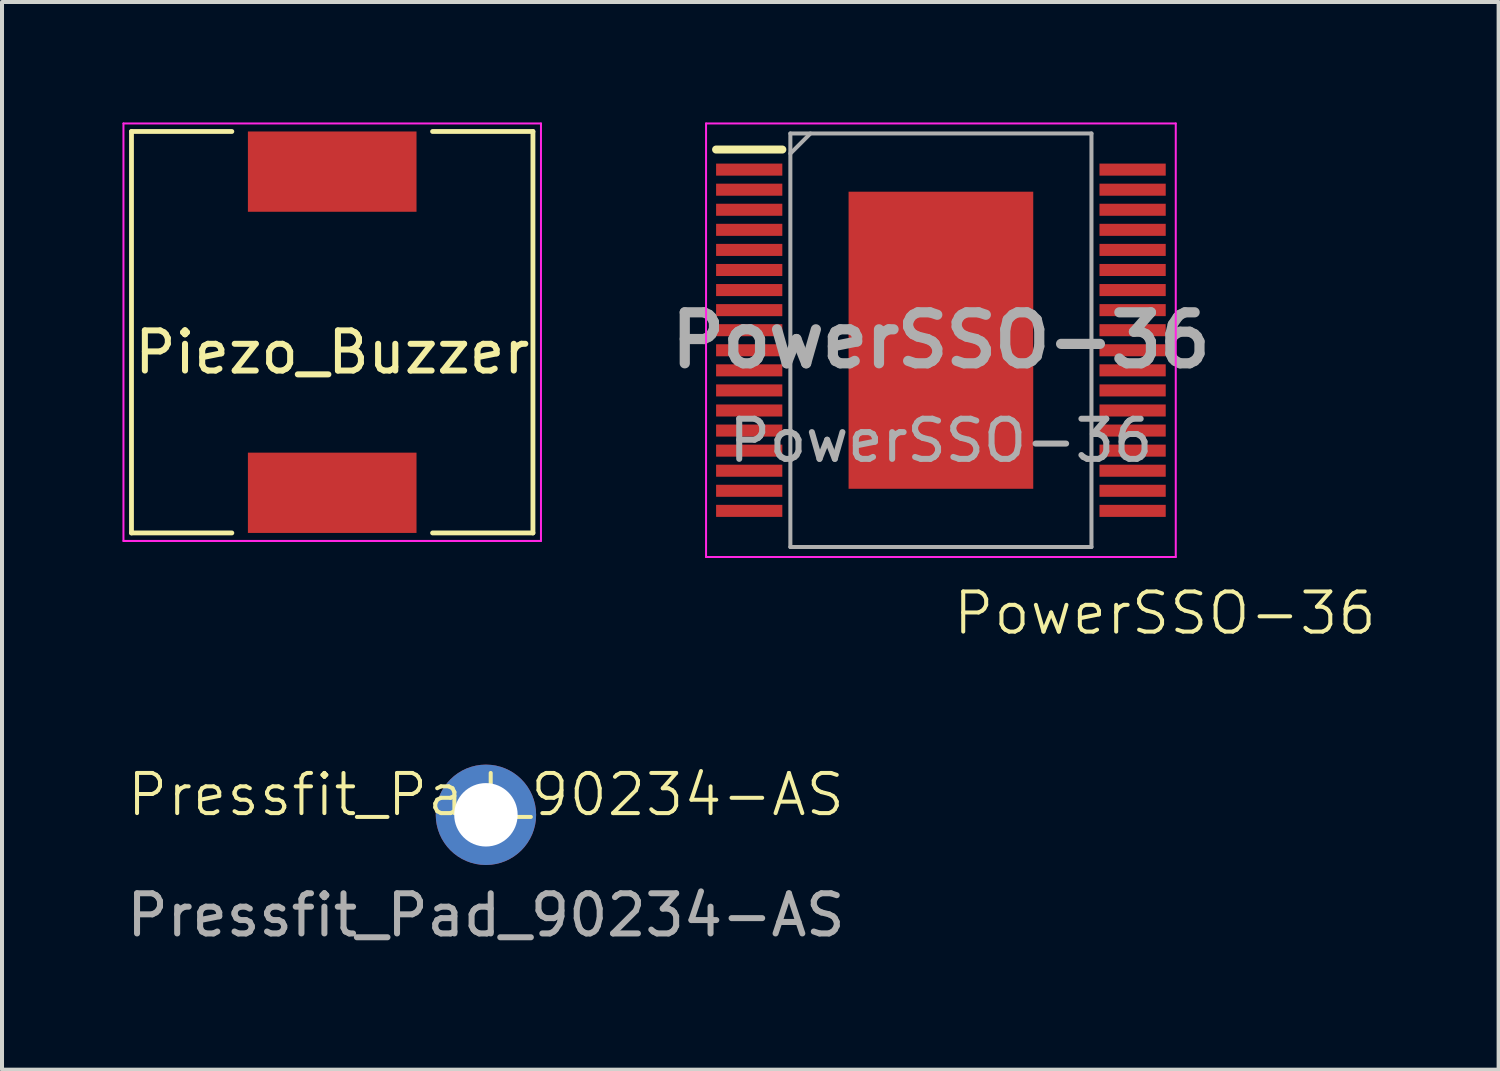
<source format=kicad_pcb>
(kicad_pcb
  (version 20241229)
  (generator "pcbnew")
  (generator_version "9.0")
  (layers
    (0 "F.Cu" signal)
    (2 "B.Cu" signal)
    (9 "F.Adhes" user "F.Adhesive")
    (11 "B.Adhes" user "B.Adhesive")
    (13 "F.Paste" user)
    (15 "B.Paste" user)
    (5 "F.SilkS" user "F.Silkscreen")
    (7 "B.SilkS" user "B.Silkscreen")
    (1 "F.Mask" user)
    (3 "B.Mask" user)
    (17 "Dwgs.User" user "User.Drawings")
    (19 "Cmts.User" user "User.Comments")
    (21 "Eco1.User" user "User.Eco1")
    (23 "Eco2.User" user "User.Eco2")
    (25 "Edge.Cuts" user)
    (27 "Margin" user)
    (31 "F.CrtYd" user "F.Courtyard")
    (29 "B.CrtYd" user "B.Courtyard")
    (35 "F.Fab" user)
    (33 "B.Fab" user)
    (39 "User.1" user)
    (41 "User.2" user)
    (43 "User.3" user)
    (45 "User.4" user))
  (footprint "Piezo_Buzzer"
    (layer "F.Cu")
    (at 5.225 5.225)
    (property "Reference" "Piezo_Buzzer" (at 0 0.5 0) (layer "F.SilkS") (effects (font (size 1 1) (thickness 0.15))))
    (attr through_hole)
    (fp_line (start -5 5) (end -5 -5) (stroke (width 0.12) (type solid)) (layer "F.SilkS"))
    (fp_line (start -2.5 -5) (end -5 -5) (stroke (width 0.12) (type solid)) (layer "F.SilkS"))
    (fp_line (start -2.5 5) (end -5 5) (stroke (width 0.12) (type solid)) (layer "F.SilkS"))
    (fp_line (start 2.5 -5) (end 5 -5) (stroke (width 0.12) (type solid)) (layer "F.SilkS"))
    (fp_line (start 5 -5) (end 5 5) (stroke (width 0.12) (type solid)) (layer "F.SilkS"))
    (fp_line (start 5 5) (end 2.5 5) (stroke (width 0.12) (type solid)) (layer "F.SilkS"))
    (fp_line (start -5.2 -5.2) (end 5.2 -5.2) (stroke (width 0.05) (type solid)) (layer "F.CrtYd"))
    (fp_line (start -5.2 5.2) (end -5.2 -5.2) (stroke (width 0.05) (type solid)) (layer "F.CrtYd"))
    (fp_line (start 5.2 -5.2) (end 5.2 5.2) (stroke (width 0.05) (type solid)) (layer "F.CrtYd"))
    (fp_line (start 5.2 5.2) (end -5.2 5.2) (stroke (width 0.05) (type solid)) (layer "F.CrtYd"))
    (pad "1" smd rect (at 0 -4) (size 4.2 2) (layers "F.Cu" "F.Mask" "F.Paste"))
    (pad "2" smd rect (at 0 4) (size 4.2 2) (layers "F.Cu" "F.Mask" "F.Paste")))
  (footprint "Pressfit_Pad_90234-AS"
    (layer "F.Cu")
    (at 9.054 17.246)
    (property "Reference" "Pressfit_Pad_90234-AS" (at 0 -0.5 0) (unlocked yes) (layer "F.SilkS") (effects (font (size 1 1) (thickness 0.1))))
    (attr through_hole)
    (fp_text user "${REFERENCE}" (at 0 2.5 0) (unlocked yes) (layer "F.Fab") (effects (font (size 1 1) (thickness 0.15))))
    (pad "1" thru_hole circle (at 0 0) (size 2.5 2.5) (drill 1.58) (layers "*.Cu" "*.Mask")))
  (footprint "PowerSSO-36"
    (layer "F.Cu")
    (at 20.387 5.425)
    (property "Reference" "PowerSSO-36" (at 5.58 6.8 0) (unlocked yes) (layer "F.SilkS") (effects (font (size 1 1) (thickness 0.1))))
    (attr smd)
    (fp_line (start -5.6 -4.75) (end -3.95 -4.75) (stroke (width 0.2) (type solid)) (layer "F.SilkS"))
    (fp_line (start -5.85 -5.4) (end 5.85 -5.4) (stroke (width 0.05) (type solid)) (layer "F.CrtYd"))
    (fp_line (start -5.85 5.4) (end -5.85 -5.4) (stroke (width 0.05) (type solid)) (layer "F.CrtYd"))
    (fp_line (start 5.85 -5.4) (end 5.85 5.4) (stroke (width 0.05) (type solid)) (layer "F.CrtYd"))
    (fp_line (start 5.85 5.4) (end -5.85 5.4) (stroke (width 0.05) (type solid)) (layer "F.CrtYd"))
    (fp_line (start -3.75 -5.15) (end 3.75 -5.15) (stroke (width 0.1) (type solid)) (layer "F.Fab"))
    (fp_line (start -3.75 -4.65) (end -3.25 -5.15) (stroke (width 0.1) (type solid)) (layer "F.Fab"))
    (fp_line (start -3.75 5.15) (end -3.75 -5.15) (stroke (width 0.1) (type solid)) (layer "F.Fab"))
    (fp_line (start 3.75 -5.15) (end 3.75 5.15) (stroke (width 0.1) (type solid)) (layer "F.Fab"))
    (fp_line (start 3.75 5.15) (end -3.75 5.15) (stroke (width 0.1) (type solid)) (layer "F.Fab"))
    (fp_text user "${REFERENCE}" (at 0 0 0) (layer "F.Fab") (effects (font (size 1.27 1.27) (thickness 0.254))))
    (fp_text user "${REFERENCE}" (at 0 2.5 0) (unlocked yes) (layer "F.Fab") (effects (font (size 1 1) (thickness 0.15))))
    (pad "1" smd rect (at -4.775 -4.25 90) (size 0.3 1.65) (layers "F.Cu" "F.Mask" "F.Paste"))
    (pad "2" smd rect (at -4.775 -3.75 90) (size 0.3 1.65) (layers "F.Cu" "F.Mask" "F.Paste"))
    (pad "3" smd rect (at -4.775 -3.25 90) (size 0.3 1.65) (layers "F.Cu" "F.Mask" "F.Paste"))
    (pad "4" smd rect (at -4.775 -2.75 90) (size 0.3 1.65) (layers "F.Cu" "F.Mask" "F.Paste"))
    (pad "5" smd rect (at -4.775 -2.25 90) (size 0.3 1.65) (layers "F.Cu" "F.Mask" "F.Paste"))
    (pad "6" smd rect (at -4.775 -1.75 90) (size 0.3 1.65) (layers "F.Cu" "F.Mask" "F.Paste"))
    (pad "7" smd rect (at -4.775 -1.25 90) (size 0.3 1.65) (layers "F.Cu" "F.Mask" "F.Paste"))
    (pad "8" smd rect (at -4.775 -0.75 90) (size 0.3 1.65) (layers "F.Cu" "F.Mask" "F.Paste"))
    (pad "9" smd rect (at -4.775 -0.25 90) (size 0.3 1.65) (layers "F.Cu" "F.Mask" "F.Paste"))
    (pad "10" smd rect (at -4.775 0.25 90) (size 0.3 1.65) (layers "F.Cu" "F.Mask" "F.Paste"))
    (pad "11" smd rect (at -4.775 0.75 90) (size 0.3 1.65) (layers "F.Cu" "F.Mask" "F.Paste"))
    (pad "12" smd rect (at -4.775 1.25 90) (size 0.3 1.65) (layers "F.Cu" "F.Mask" "F.Paste"))
    (pad "13" smd rect (at -4.775 1.75 90) (size 0.3 1.65) (layers "F.Cu" "F.Mask" "F.Paste"))
    (pad "14" smd rect (at -4.775 2.25 90) (size 0.3 1.65) (layers "F.Cu" "F.Mask" "F.Paste"))
    (pad "15" smd rect (at -4.775 2.75 90) (size 0.3 1.65) (layers "F.Cu" "F.Mask" "F.Paste"))
    (pad "16" smd rect (at -4.775 3.25 90) (size 0.3 1.65) (layers "F.Cu" "F.Mask" "F.Paste"))
    (pad "17" smd rect (at -4.775 3.75 90) (size 0.3 1.65) (layers "F.Cu" "F.Mask" "F.Paste"))
    (pad "18" smd rect (at -4.775 4.25 90) (size 0.3 1.65) (layers "F.Cu" "F.Mask" "F.Paste"))
    (pad "19" smd rect (at 4.775 4.25 90) (size 0.3 1.65) (layers "F.Cu" "F.Mask" "F.Paste"))
    (pad "20" smd rect (at 4.775 3.75 90) (size 0.3 1.65) (layers "F.Cu" "F.Mask" "F.Paste"))
    (pad "21" smd rect (at 4.775 3.25 90) (size 0.3 1.65) (layers "F.Cu" "F.Mask" "F.Paste"))
    (pad "22" smd rect (at 4.775 2.75 90) (size 0.3 1.65) (layers "F.Cu" "F.Mask" "F.Paste"))
    (pad "23" smd rect (at 4.775 2.25 90) (size 0.3 1.65) (layers "F.Cu" "F.Mask" "F.Paste"))
    (pad "24" smd rect (at 4.775 1.75 90) (size 0.3 1.65) (layers "F.Cu" "F.Mask" "F.Paste"))
    (pad "25" smd rect (at 4.775 1.25 90) (size 0.3 1.65) (layers "F.Cu" "F.Mask" "F.Paste"))
    (pad "26" smd rect (at 4.775 0.75 90) (size 0.3 1.65) (layers "F.Cu" "F.Mask" "F.Paste"))
    (pad "27" smd rect (at 4.775 0.25 90) (size 0.3 1.65) (layers "F.Cu" "F.Mask" "F.Paste"))
    (pad "28" smd rect (at 4.775 -0.25 90) (size 0.3 1.65) (layers "F.Cu" "F.Mask" "F.Paste"))
    (pad "29" smd rect (at 4.775 -0.75 90) (size 0.3 1.65) (layers "F.Cu" "F.Mask" "F.Paste"))
    (pad "30" smd rect (at 4.775 -1.25 90) (size 0.3 1.65) (layers "F.Cu" "F.Mask" "F.Paste"))
    (pad "31" smd rect (at 4.775 -1.75 90) (size 0.3 1.65) (layers "F.Cu" "F.Mask" "F.Paste"))
    (pad "32" smd rect (at 4.775 -2.25 90) (size 0.3 1.65) (layers "F.Cu" "F.Mask" "F.Paste"))
    (pad "33" smd rect (at 4.775 -2.75 90) (size 0.3 1.65) (layers "F.Cu" "F.Mask" "F.Paste"))
    (pad "34" smd rect (at 4.775 -3.25 90) (size 0.3 1.65) (layers "F.Cu" "F.Mask" "F.Paste"))
    (pad "35" smd rect (at 4.775 -3.75 90) (size 0.3 1.65) (layers "F.Cu" "F.Mask" "F.Paste"))
    (pad "36" smd rect (at 4.775 -4.25 90) (size 0.3 1.65) (layers "F.Cu" "F.Mask" "F.Paste"))
    (pad "37" smd rect (at 0 0) (size 4.6 7.4) (layers "F.Cu" "F.Mask" "F.Paste")))
  (gr_rect
    (start -3 -3)
    (end 34.279 23.594)
    (stroke (width 0.1) (type default))
    (fill no)
    (layer "Edge.Cuts")))
</source>
